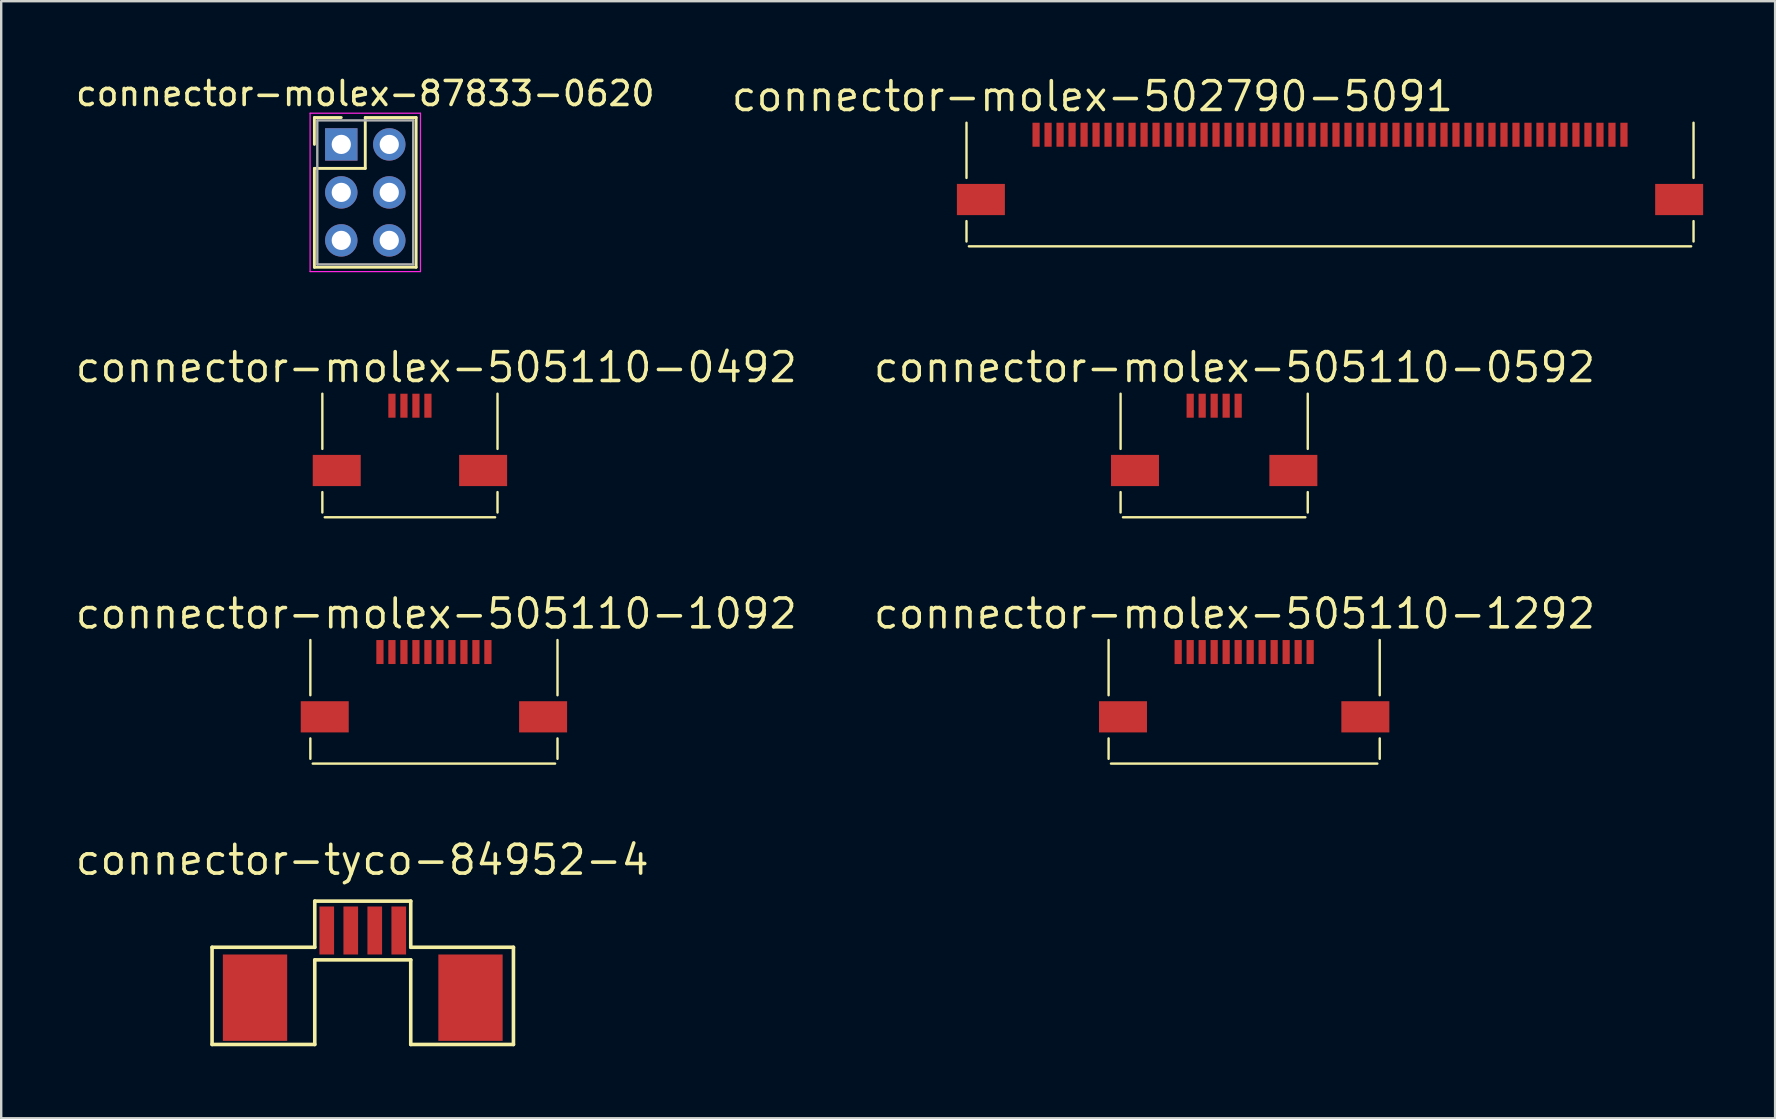
<source format=kicad_pcb>
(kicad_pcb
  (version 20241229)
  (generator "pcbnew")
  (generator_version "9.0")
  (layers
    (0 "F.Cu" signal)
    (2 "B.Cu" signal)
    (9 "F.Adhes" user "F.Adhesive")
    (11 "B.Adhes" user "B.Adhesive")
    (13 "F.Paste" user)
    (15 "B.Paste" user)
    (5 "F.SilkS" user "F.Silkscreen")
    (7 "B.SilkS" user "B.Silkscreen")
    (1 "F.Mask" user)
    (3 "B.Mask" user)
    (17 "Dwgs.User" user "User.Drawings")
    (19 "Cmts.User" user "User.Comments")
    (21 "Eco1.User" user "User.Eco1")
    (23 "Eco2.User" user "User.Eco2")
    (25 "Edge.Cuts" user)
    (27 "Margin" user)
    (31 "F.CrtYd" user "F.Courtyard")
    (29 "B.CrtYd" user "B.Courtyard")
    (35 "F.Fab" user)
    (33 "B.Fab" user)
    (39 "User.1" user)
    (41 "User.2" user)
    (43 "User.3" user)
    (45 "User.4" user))
  (footprint "connector-molex-505110-0592"
    (layer "F.Cu")
    (at 46.551 14.358)
    (property "Reference" "connector-molex-505110-0592" (at 1.85 -2.1 0) (layer "F.SilkS") (effects (font (size 1.2 1.2) (thickness 0.15))))
    (attr through_hole)
    (fp_line (start -2.9 -1) (end -2.9 1.3) (stroke (width 0.1) (type solid)) (layer "F.SilkS"))
    (fp_line (start -2.9 3.1) (end -2.9 3.95) (stroke (width 0.1) (type solid)) (layer "F.SilkS"))
    (fp_line (start -2.8 4.15) (end 4.8 4.15) (stroke (width 0.1) (type solid)) (layer "F.SilkS"))
    (fp_line (start 4.9 -1) (end 4.9 1.3) (stroke (width 0.1) (type solid)) (layer "F.SilkS"))
    (fp_line (start 4.9 3.95) (end 4.9 3.1) (stroke (width 0.1) (type solid)) (layer "F.SilkS"))
    (pad "0" smd rect (at -2.3 2.2) (size 2 1.3) (layers "F.Cu" "F.Mask" "F.Paste"))
    (pad "0" smd rect (at 4.3 2.2) (size 2 1.3) (layers "F.Cu" "F.Mask" "F.Paste"))
    (pad "1" smd rect (at 0 -0.5) (size 0.3 1) (layers "F.Cu" "F.Mask" "F.Paste"))
    (pad "2" smd rect (at 0.5 -0.5) (size 0.3 1) (layers "F.Cu" "F.Mask" "F.Paste"))
    (pad "3" smd rect (at 1 -0.5) (size 0.3 1) (layers "F.Cu" "F.Mask" "F.Paste"))
    (pad "4" smd rect (at 1.5 -0.5) (size 0.3 1) (layers "F.Cu" "F.Mask" "F.Paste"))
    (pad "5" smd rect (at 2 -0.5) (size 0.3 1) (layers "F.Cu" "F.Mask" "F.Paste")))
  (footprint "connector-molex-87833-0620"
    (layer "F.Cu")
    (at 11.173 2.968)
    (property "Reference" "connector-molex-87833-0620" (at 1 -2.12 0) (layer "F.SilkS") (effects (font (size 1 1) (thickness 0.15))))
    (attr through_hole)
    (fp_line (start -1.12 -1.12) (end 0 -1.12) (stroke (width 0.12) (type solid)) (layer "F.SilkS"))
    (fp_line (start -1.12 0) (end -1.12 -1.12) (stroke (width 0.12) (type solid)) (layer "F.SilkS"))
    (fp_line (start -1.12 1) (end -1.12 5.12) (stroke (width 0.12) (type solid)) (layer "F.SilkS"))
    (fp_line (start -1.12 5.12) (end 3.12 5.12) (stroke (width 0.12) (type solid)) (layer "F.SilkS"))
    (fp_line (start 1 -1.12) (end 1 1) (stroke (width 0.12) (type solid)) (layer "F.SilkS"))
    (fp_line (start 1 1) (end -1.12 1) (stroke (width 0.12) (type solid)) (layer "F.SilkS"))
    (fp_line (start 3.12 -1.12) (end 1 -1.12) (stroke (width 0.12) (type solid)) (layer "F.SilkS"))
    (fp_line (start 3.12 5.12) (end 3.12 -1.12) (stroke (width 0.12) (type solid)) (layer "F.SilkS"))
    (fp_line (start -1.3 -1.3) (end -1.3 5.3) (stroke (width 0.05) (type solid)) (layer "F.CrtYd"))
    (fp_line (start -1.3 5.3) (end 3.3 5.3) (stroke (width 0.05) (type solid)) (layer "F.CrtYd"))
    (fp_line (start 3.3 -1.3) (end -1.3 -1.3) (stroke (width 0.05) (type solid)) (layer "F.CrtYd"))
    (fp_line (start 3.3 5.3) (end 3.3 -1.3) (stroke (width 0.05) (type solid)) (layer "F.CrtYd"))
    (fp_line (start -1 -1) (end -1 5) (stroke (width 0.1) (type solid)) (layer "F.Fab"))
    (fp_line (start -1 5) (end 3 5) (stroke (width 0.1) (type solid)) (layer "F.Fab"))
    (fp_line (start 3 -1) (end -1 -1) (stroke (width 0.1) (type solid)) (layer "F.Fab"))
    (fp_line (start 3 5) (end 3 -1) (stroke (width 0.1) (type solid)) (layer "F.Fab"))
    (pad "1" thru_hole rect (at 0 0) (size 1.35 1.35) (drill 0.8) (layers "*.Cu" "*.Mask"))
    (pad "2" thru_hole oval (at 2 0) (size 1.35 1.35) (drill 0.8) (layers "*.Cu" "*.Mask"))
    (pad "3" thru_hole oval (at 0 2) (size 1.35 1.35) (drill 0.8) (layers "*.Cu" "*.Mask"))
    (pad "4" thru_hole oval (at 2 2) (size 1.35 1.35) (drill 0.8) (layers "*.Cu" "*.Mask"))
    (pad "5" thru_hole oval (at 0 4) (size 1.35 1.35) (drill 0.8) (layers "*.Cu" "*.Mask"))
    (pad "6" thru_hole oval (at 2 4) (size 1.35 1.35) (drill 0.8) (layers "*.Cu" "*.Mask")))
  (footprint "connector-molex-505110-1092"
    (layer "F.Cu")
    (at 12.784 24.624)
    (property "Reference" "connector-molex-505110-1092" (at 2.35 -2.1 0) (layer "F.SilkS") (effects (font (size 1.2 1.2) (thickness 0.15))))
    (attr through_hole)
    (fp_line (start -2.9 -1) (end -2.9 1.3) (stroke (width 0.1) (type solid)) (layer "F.SilkS"))
    (fp_line (start -2.9 3.1) (end -2.9 3.95) (stroke (width 0.1) (type solid)) (layer "F.SilkS"))
    (fp_line (start -2.8 4.15) (end 7.3 4.15) (stroke (width 0.1) (type solid)) (layer "F.SilkS"))
    (fp_line (start 7.4 -1) (end 7.4 1.3) (stroke (width 0.1) (type solid)) (layer "F.SilkS"))
    (fp_line (start 7.4 3.95) (end 7.4 3.1) (stroke (width 0.1) (type solid)) (layer "F.SilkS"))
    (pad "0" smd rect (at -2.3 2.2) (size 2 1.3) (layers "F.Cu" "F.Mask" "F.Paste"))
    (pad "0" smd rect (at 6.8 2.2) (size 2 1.3) (layers "F.Cu" "F.Mask" "F.Paste"))
    (pad "1" smd rect (at 0 -0.5) (size 0.3 1) (layers "F.Cu" "F.Mask" "F.Paste"))
    (pad "2" smd rect (at 0.5 -0.5) (size 0.3 1) (layers "F.Cu" "F.Mask" "F.Paste"))
    (pad "3" smd rect (at 1 -0.5) (size 0.3 1) (layers "F.Cu" "F.Mask" "F.Paste"))
    (pad "4" smd rect (at 1.5 -0.5) (size 0.3 1) (layers "F.Cu" "F.Mask" "F.Paste"))
    (pad "5" smd rect (at 2 -0.5) (size 0.3 1) (layers "F.Cu" "F.Mask" "F.Paste"))
    (pad "6" smd rect (at 2.5 -0.5) (size 0.3 1) (layers "F.Cu" "F.Mask" "F.Paste"))
    (pad "7" smd rect (at 3 -0.5) (size 0.3 1) (layers "F.Cu" "F.Mask" "F.Paste"))
    (pad "8" smd rect (at 3.5 -0.5) (size 0.3 1) (layers "F.Cu" "F.Mask" "F.Paste"))
    (pad "9" smd rect (at 4 -0.5) (size 0.3 1) (layers "F.Cu" "F.Mask" "F.Paste"))
    (pad "10" smd rect (at 4.5 -0.5) (size 0.3 1) (layers "F.Cu" "F.Mask" "F.Paste")))
  (footprint "connector-molex-502790-5091"
    (layer "F.Cu")
    (at 40.129 3.065)
    (property "Reference" "connector-molex-502790-5091" (at 2.35 -2.1 0) (layer "F.SilkS") (effects (font (size 1.2 1.2) (thickness 0.15))))
    (attr through_hole)
    (fp_line (start -2.9 -1) (end -2.9 1.3) (stroke (width 0.1) (type solid)) (layer "F.SilkS"))
    (fp_line (start -2.9 3.1) (end -2.9 3.95) (stroke (width 0.1) (type solid)) (layer "F.SilkS"))
    (fp_line (start -2.8 4.15) (end 27.3 4.15) (stroke (width 0.1) (type solid)) (layer "F.SilkS"))
    (fp_line (start 27.4 -1) (end 27.4 1.3) (stroke (width 0.1) (type solid)) (layer "F.SilkS"))
    (fp_line (start 27.4 3.95) (end 27.4 3.1) (stroke (width 0.1) (type solid)) (layer "F.SilkS"))
    (pad "0" smd rect (at -2.3 2.2) (size 2 1.3) (layers "F.Cu" "F.Mask" "F.Paste"))
    (pad "0" smd rect (at 26.8 2.2) (size 2 1.3) (layers "F.Cu" "F.Mask" "F.Paste"))
    (pad "1" smd rect (at 0 -0.5) (size 0.3 1) (layers "F.Cu" "F.Mask" "F.Paste"))
    (pad "2" smd rect (at 0.5 -0.5) (size 0.3 1) (layers "F.Cu" "F.Mask" "F.Paste"))
    (pad "3" smd rect (at 1 -0.5) (size 0.3 1) (layers "F.Cu" "F.Mask" "F.Paste"))
    (pad "4" smd rect (at 1.5 -0.5) (size 0.3 1) (layers "F.Cu" "F.Mask" "F.Paste"))
    (pad "5" smd rect (at 2 -0.5) (size 0.3 1) (layers "F.Cu" "F.Mask" "F.Paste"))
    (pad "6" smd rect (at 2.5 -0.5) (size 0.3 1) (layers "F.Cu" "F.Mask" "F.Paste"))
    (pad "7" smd rect (at 3 -0.5) (size 0.3 1) (layers "F.Cu" "F.Mask" "F.Paste"))
    (pad "8" smd rect (at 3.5 -0.5) (size 0.3 1) (layers "F.Cu" "F.Mask" "F.Paste"))
    (pad "9" smd rect (at 4 -0.5) (size 0.3 1) (layers "F.Cu" "F.Mask" "F.Paste"))
    (pad "10" smd rect (at 4.5 -0.5) (size 0.3 1) (layers "F.Cu" "F.Mask" "F.Paste"))
    (pad "11" smd rect (at 5 -0.5) (size 0.3 1) (layers "F.Cu" "F.Mask" "F.Paste"))
    (pad "12" smd rect (at 5.5 -0.5) (size 0.3 1) (layers "F.Cu" "F.Mask" "F.Paste"))
    (pad "13" smd rect (at 6 -0.5) (size 0.3 1) (layers "F.Cu" "F.Mask" "F.Paste"))
    (pad "14" smd rect (at 6.5 -0.5) (size 0.3 1) (layers "F.Cu" "F.Mask" "F.Paste"))
    (pad "15" smd rect (at 7 -0.5) (size 0.3 1) (layers "F.Cu" "F.Mask" "F.Paste"))
    (pad "16" smd rect (at 7.5 -0.5) (size 0.3 1) (layers "F.Cu" "F.Mask" "F.Paste"))
    (pad "17" smd rect (at 8 -0.5) (size 0.3 1) (layers "F.Cu" "F.Mask" "F.Paste"))
    (pad "18" smd rect (at 8.5 -0.5) (size 0.3 1) (layers "F.Cu" "F.Mask" "F.Paste"))
    (pad "19" smd rect (at 9 -0.5) (size 0.3 1) (layers "F.Cu" "F.Mask" "F.Paste"))
    (pad "20" smd rect (at 9.5 -0.5) (size 0.3 1) (layers "F.Cu" "F.Mask" "F.Paste"))
    (pad "21" smd rect (at 10 -0.5) (size 0.3 1) (layers "F.Cu" "F.Mask" "F.Paste"))
    (pad "22" smd rect (at 10.5 -0.5) (size 0.3 1) (layers "F.Cu" "F.Mask" "F.Paste"))
    (pad "23" smd rect (at 11 -0.5) (size 0.3 1) (layers "F.Cu" "F.Mask" "F.Paste"))
    (pad "24" smd rect (at 11.5 -0.5) (size 0.3 1) (layers "F.Cu" "F.Mask" "F.Paste"))
    (pad "25" smd rect (at 12 -0.5) (size 0.3 1) (layers "F.Cu" "F.Mask" "F.Paste"))
    (pad "26" smd rect (at 12.5 -0.5) (size 0.3 1) (layers "F.Cu" "F.Mask" "F.Paste"))
    (pad "27" smd rect (at 13 -0.5) (size 0.3 1) (layers "F.Cu" "F.Mask" "F.Paste"))
    (pad "28" smd rect (at 13.5 -0.5) (size 0.3 1) (layers "F.Cu" "F.Mask" "F.Paste"))
    (pad "29" smd rect (at 14 -0.5) (size 0.3 1) (layers "F.Cu" "F.Mask" "F.Paste"))
    (pad "30" smd rect (at 14.5 -0.5) (size 0.3 1) (layers "F.Cu" "F.Mask" "F.Paste"))
    (pad "31" smd rect (at 15 -0.5) (size 0.3 1) (layers "F.Cu" "F.Mask" "F.Paste"))
    (pad "32" smd rect (at 15.5 -0.5) (size 0.3 1) (layers "F.Cu" "F.Mask" "F.Paste"))
    (pad "33" smd rect (at 16 -0.5) (size 0.3 1) (layers "F.Cu" "F.Mask" "F.Paste"))
    (pad "34" smd rect (at 16.5 -0.5) (size 0.3 1) (layers "F.Cu" "F.Mask" "F.Paste"))
    (pad "35" smd rect (at 17 -0.5) (size 0.3 1) (layers "F.Cu" "F.Mask" "F.Paste"))
    (pad "36" smd rect (at 17.5 -0.5) (size 0.3 1) (layers "F.Cu" "F.Mask" "F.Paste"))
    (pad "37" smd rect (at 18 -0.5) (size 0.3 1) (layers "F.Cu" "F.Mask" "F.Paste"))
    (pad "38" smd rect (at 18.5 -0.5) (size 0.3 1) (layers "F.Cu" "F.Mask" "F.Paste"))
    (pad "39" smd rect (at 19 -0.5) (size 0.3 1) (layers "F.Cu" "F.Mask" "F.Paste"))
    (pad "40" smd rect (at 19.5 -0.5) (size 0.3 1) (layers "F.Cu" "F.Mask" "F.Paste"))
    (pad "41" smd rect (at 20 -0.5) (size 0.3 1) (layers "F.Cu" "F.Mask" "F.Paste"))
    (pad "42" smd rect (at 20.5 -0.5) (size 0.3 1) (layers "F.Cu" "F.Mask" "F.Paste"))
    (pad "43" smd rect (at 21 -0.5) (size 0.3 1) (layers "F.Cu" "F.Mask" "F.Paste"))
    (pad "44" smd rect (at 21.5 -0.5) (size 0.3 1) (layers "F.Cu" "F.Mask" "F.Paste"))
    (pad "45" smd rect (at 22 -0.5) (size 0.3 1) (layers "F.Cu" "F.Mask" "F.Paste"))
    (pad "46" smd rect (at 22.5 -0.5) (size 0.3 1) (layers "F.Cu" "F.Mask" "F.Paste"))
    (pad "47" smd rect (at 23 -0.5) (size 0.3 1) (layers "F.Cu" "F.Mask" "F.Paste"))
    (pad "48" smd rect (at 23.5 -0.5) (size 0.3 1) (layers "F.Cu" "F.Mask" "F.Paste"))
    (pad "49" smd rect (at 24 -0.5) (size 0.3 1) (layers "F.Cu" "F.Mask" "F.Paste"))
    (pad "50" smd rect (at 24.5 -0.5) (size 0.3 1) (layers "F.Cu" "F.Mask" "F.Paste")))
  (footprint "connector-molex-505110-0492"
    (layer "F.Cu")
    (at 13.284 14.358)
    (property "Reference" "connector-molex-505110-0492" (at 1.85 -2.1 0) (layer "F.SilkS") (effects (font (size 1.2 1.2) (thickness 0.15))))
    (attr through_hole)
    (fp_line (start -2.9 -1) (end -2.9 1.3) (stroke (width 0.1) (type solid)) (layer "F.SilkS"))
    (fp_line (start -2.9 3.1) (end -2.9 3.95) (stroke (width 0.1) (type solid)) (layer "F.SilkS"))
    (fp_line (start -2.8 4.15) (end 4.3 4.15) (stroke (width 0.1) (type solid)) (layer "F.SilkS"))
    (fp_line (start 4.4 -1) (end 4.4 1.3) (stroke (width 0.1) (type solid)) (layer "F.SilkS"))
    (fp_line (start 4.4 3.95) (end 4.4 3.1) (stroke (width 0.1) (type solid)) (layer "F.SilkS"))
    (pad "0" smd rect (at -2.3 2.2) (size 2 1.3) (layers "F.Cu" "F.Mask" "F.Paste"))
    (pad "0" smd rect (at 3.8 2.2) (size 2 1.3) (layers "F.Cu" "F.Mask" "F.Paste"))
    (pad "1" smd rect (at 0 -0.5) (size 0.3 1) (layers "F.Cu" "F.Mask" "F.Paste"))
    (pad "2" smd rect (at 0.5 -0.5) (size 0.3 1) (layers "F.Cu" "F.Mask" "F.Paste"))
    (pad "3" smd rect (at 1 -0.5) (size 0.3 1) (layers "F.Cu" "F.Mask" "F.Paste"))
    (pad "4" smd rect (at 1.5 -0.5) (size 0.3 1) (layers "F.Cu" "F.Mask" "F.Paste")))
  (footprint "connector-molex-505110-1292"
    (layer "F.Cu")
    (at 46.051 24.624)
    (property "Reference" "connector-molex-505110-1292" (at 2.35 -2.1 0) (layer "F.SilkS") (effects (font (size 1.2 1.2) (thickness 0.15))))
    (attr through_hole)
    (fp_line (start -2.9 -1) (end -2.9 1.3) (stroke (width 0.1) (type solid)) (layer "F.SilkS"))
    (fp_line (start -2.9 3.1) (end -2.9 3.95) (stroke (width 0.1) (type solid)) (layer "F.SilkS"))
    (fp_line (start -2.8 4.15) (end 8.3 4.15) (stroke (width 0.1) (type solid)) (layer "F.SilkS"))
    (fp_line (start 8.4 -1) (end 8.4 1.3) (stroke (width 0.1) (type solid)) (layer "F.SilkS"))
    (fp_line (start 8.4 3.95) (end 8.4 3.1) (stroke (width 0.1) (type solid)) (layer "F.SilkS"))
    (pad "0" smd rect (at -2.3 2.2) (size 2 1.3) (layers "F.Cu" "F.Mask" "F.Paste"))
    (pad "0" smd rect (at 7.8 2.2) (size 2 1.3) (layers "F.Cu" "F.Mask" "F.Paste"))
    (pad "1" smd rect (at 0 -0.5) (size 0.3 1) (layers "F.Cu" "F.Mask" "F.Paste"))
    (pad "2" smd rect (at 0.5 -0.5) (size 0.3 1) (layers "F.Cu" "F.Mask" "F.Paste"))
    (pad "3" smd rect (at 1 -0.5) (size 0.3 1) (layers "F.Cu" "F.Mask" "F.Paste"))
    (pad "4" smd rect (at 1.5 -0.5) (size 0.3 1) (layers "F.Cu" "F.Mask" "F.Paste"))
    (pad "5" smd rect (at 2 -0.5) (size 0.3 1) (layers "F.Cu" "F.Mask" "F.Paste"))
    (pad "6" smd rect (at 2.5 -0.5) (size 0.3 1) (layers "F.Cu" "F.Mask" "F.Paste"))
    (pad "7" smd rect (at 3 -0.5) (size 0.3 1) (layers "F.Cu" "F.Mask" "F.Paste"))
    (pad "8" smd rect (at 3.5 -0.5) (size 0.3 1) (layers "F.Cu" "F.Mask" "F.Paste"))
    (pad "9" smd rect (at 4 -0.5) (size 0.3 1) (layers "F.Cu" "F.Mask" "F.Paste"))
    (pad "10" smd rect (at 4.5 -0.5) (size 0.3 1) (layers "F.Cu" "F.Mask" "F.Paste"))
    (pad "11" smd rect (at 5 -0.5) (size 0.3 1) (layers "F.Cu" "F.Mask" "F.Paste"))
    (pad "12" smd rect (at 5.5 -0.5) (size 0.3 1) (layers "F.Cu" "F.Mask" "F.Paste")))
  (footprint "connector-tyco-84952-4"
    (layer "F.Cu")
    (at 12.068 35.729)
    (property "Reference" "connector-tyco-84952-4" (at -0.02 -2.94 0) (layer "F.SilkS") (effects (font (size 1.2 1.2) (thickness 0.15))))
    (attr through_hole)
    (fp_line (start -6.28 0.7) (end -2 0.7) (stroke (width 0.15) (type solid)) (layer "F.SilkS"))
    (fp_line (start -6.28 4.75) (end -6.28 0.7) (stroke (width 0.15) (type solid)) (layer "F.SilkS"))
    (fp_line (start -2 -1.225) (end 2 -1.225) (stroke (width 0.15) (type solid)) (layer "F.SilkS"))
    (fp_line (start -2 0.7) (end -2 -1.225) (stroke (width 0.15) (type solid)) (layer "F.SilkS"))
    (fp_line (start -2 1.225) (end -2 4.75) (stroke (width 0.15) (type solid)) (layer "F.SilkS"))
    (fp_line (start -2 1.225) (end 2 1.225) (stroke (width 0.15) (type solid)) (layer "F.SilkS"))
    (fp_line (start -2 4.75) (end -6.28 4.75) (stroke (width 0.15) (type solid)) (layer "F.SilkS"))
    (fp_line (start 2 0.7) (end 2 -1.225) (stroke (width 0.15) (type solid)) (layer "F.SilkS"))
    (fp_line (start 2 1.225) (end 2 4.75) (stroke (width 0.15) (type solid)) (layer "F.SilkS"))
    (fp_line (start 2 4.75) (end 6.28 4.75) (stroke (width 0.15) (type solid)) (layer "F.SilkS"))
    (fp_line (start 6.28 0.7) (end 2 0.7) (stroke (width 0.15) (type solid)) (layer "F.SilkS"))
    (fp_line (start 6.28 4.75) (end 6.28 0.7) (stroke (width 0.15) (type solid)) (layer "F.SilkS"))
    (pad "0" smd rect (at -4.49 2.8) (size 2.68 3.6) (layers "F.Cu" "F.Mask" "F.Paste"))
    (pad "0" smd rect (at 4.49 2.8) (size 2.68 3.6) (layers "F.Cu" "F.Mask" "F.Paste"))
    (pad "1" smd rect (at -1.5 0) (size 0.61 2) (layers "F.Cu" "F.Mask" "F.Paste"))
    (pad "2" smd rect (at -0.5 0) (size 0.61 2) (layers "F.Cu" "F.Mask" "F.Paste"))
    (pad "3" smd rect (at 0.5 0) (size 0.61 2) (layers "F.Cu" "F.Mask" "F.Paste"))
    (pad "4" smd rect (at 1.5 0) (size 0.61 2) (layers "F.Cu" "F.Mask" "F.Paste")))
  (gr_rect
    (start -3 -3)
    (end 70.929 43.554)
    (stroke (width 0.1) (type default))
    (fill no)
    (layer "Edge.Cuts")))
</source>
